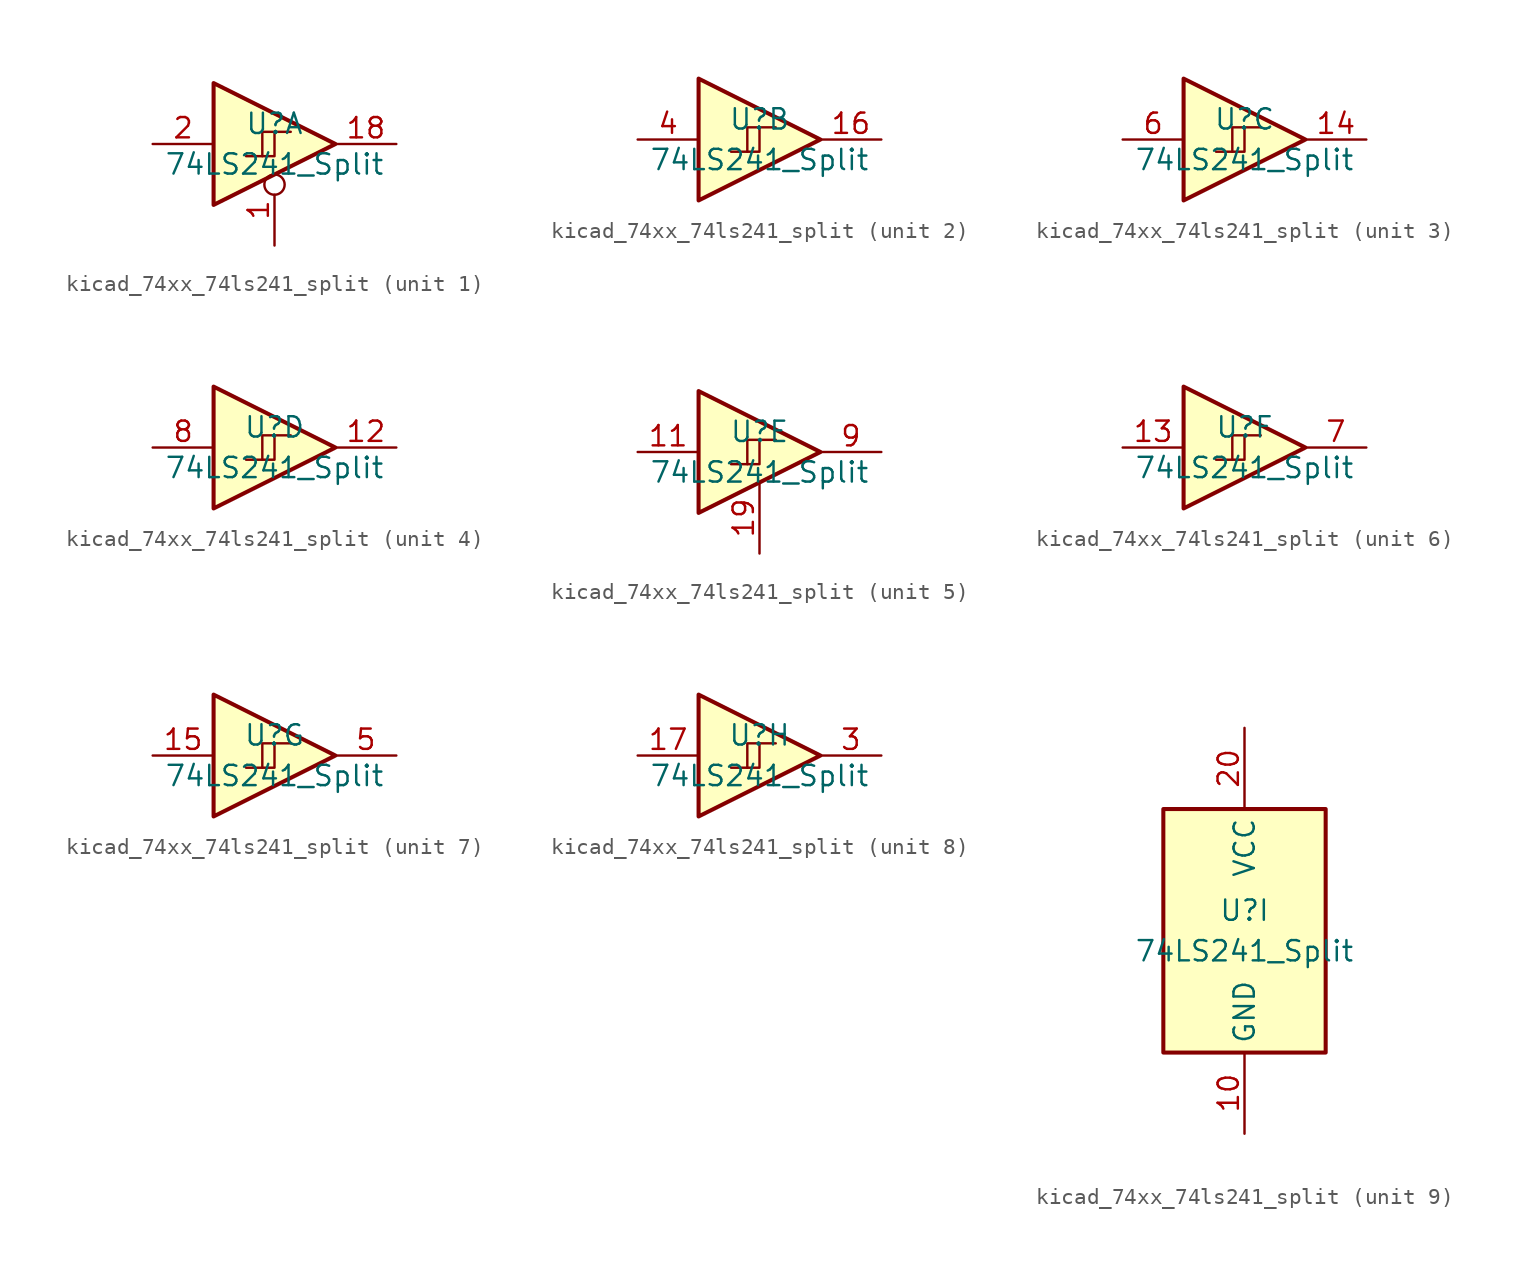
<source format=kicad_sym>
(kicad_symbol_lib
  (version 20220914)
  (generator kicad_symbol_editor)
  (symbol "kicad_74xx_74ls241_split"
    (property "Reference" "U"
      (at 0 1.27 0)
      (effects (font (size 1.27 1.27))))
    (property "Value" "74LS241_Split"
      (at 0 -1.27 0)
      (effects (font (size 1.27 1.27))))
    (property "ki_locked" ""
      (at 0 0 0)
      (effects (font (size 1.27 1.27))))
    (symbol "kicad_74xx_74ls241_split_1_0"
      (polyline (pts (xy -3.81 3.81) (xy -3.81 -3.81) (xy 3.81 0) (xy -3.81 3.81)) (stroke (width 0.254) (type default)) (fill (type background)))
      (pin input inverted (at 0 -6.35 90) (length 4.445) (name "~" (effects (font (size 1.27 1.27)))) (number "1" (effects (font (size 1.27 1.27)))))
      (pin tri_state line (at 7.62 0 180) (length 3.81) (name "~" (effects (font (size 1.27 1.27)))) (number "18" (effects (font (size 1.27 1.27)))))
      (pin input line (at -7.62 0 0) (length 3.81) (name "~" (effects (font (size 1.27 1.27)))) (number "2" (effects (font (size 1.27 1.27))))))
    (symbol "kicad_74xx_74ls241_split_1_1"
      (polyline (pts (xy 0 0.762) (xy 0 -0.762) (xy -1.778 -0.762)) (stroke (width 0) (type default)) (fill (type none)))
      (polyline (pts (xy 1.016 0.762) (xy -0.762 0.762) (xy -0.762 -0.762)) (stroke (width 0) (type default)) (fill (type none))))
    (symbol "kicad_74xx_74ls241_split_2_0"
      (polyline (pts (xy -3.81 3.81) (xy -3.81 -3.81) (xy 3.81 0) (xy -3.81 3.81)) (stroke (width 0.254) (type default)) (fill (type background)))
      (pin tri_state line (at 7.62 0 180) (length 3.81) (name "~" (effects (font (size 1.27 1.27)))) (number "16" (effects (font (size 1.27 1.27)))))
      (pin input line (at -7.62 0 0) (length 3.81) (name "~" (effects (font (size 1.27 1.27)))) (number "4" (effects (font (size 1.27 1.27))))))
    (symbol "kicad_74xx_74ls241_split_2_1"
      (polyline (pts (xy 0 0.762) (xy 0 -0.762) (xy -1.778 -0.762)) (stroke (width 0) (type default)) (fill (type none)))
      (polyline (pts (xy 1.016 0.762) (xy -0.762 0.762) (xy -0.762 -0.762)) (stroke (width 0) (type default)) (fill (type none))))
    (symbol "kicad_74xx_74ls241_split_3_0"
      (polyline (pts (xy -3.81 3.81) (xy -3.81 -3.81) (xy 3.81 0) (xy -3.81 3.81)) (stroke (width 0.254) (type default)) (fill (type background)))
      (pin tri_state line (at 7.62 0 180) (length 3.81) (name "~" (effects (font (size 1.27 1.27)))) (number "14" (effects (font (size 1.27 1.27)))))
      (pin input line (at -7.62 0 0) (length 3.81) (name "~" (effects (font (size 1.27 1.27)))) (number "6" (effects (font (size 1.27 1.27))))))
    (symbol "kicad_74xx_74ls241_split_3_1"
      (polyline (pts (xy 0 0.762) (xy 0 -0.762) (xy -1.778 -0.762)) (stroke (width 0) (type default)) (fill (type none)))
      (polyline (pts (xy 1.016 0.762) (xy -0.762 0.762) (xy -0.762 -0.762)) (stroke (width 0) (type default)) (fill (type none))))
    (symbol "kicad_74xx_74ls241_split_4_0"
      (polyline (pts (xy -3.81 3.81) (xy -3.81 -3.81) (xy 3.81 0) (xy -3.81 3.81)) (stroke (width 0.254) (type default)) (fill (type background)))
      (pin tri_state line (at 7.62 0 180) (length 3.81) (name "~" (effects (font (size 1.27 1.27)))) (number "12" (effects (font (size 1.27 1.27)))))
      (pin input line (at -7.62 0 0) (length 3.81) (name "~" (effects (font (size 1.27 1.27)))) (number "8" (effects (font (size 1.27 1.27))))))
    (symbol "kicad_74xx_74ls241_split_4_1"
      (polyline (pts (xy 0 0.762) (xy 0 -0.762) (xy -1.778 -0.762)) (stroke (width 0) (type default)) (fill (type none)))
      (polyline (pts (xy 1.016 0.762) (xy -0.762 0.762) (xy -0.762 -0.762)) (stroke (width 0) (type default)) (fill (type none))))
    (symbol "kicad_74xx_74ls241_split_5_0"
      (polyline (pts (xy -3.81 3.81) (xy -3.81 -3.81) (xy 3.81 0) (xy -3.81 3.81)) (stroke (width 0.254) (type default)) (fill (type background)))
      (pin input line (at -7.62 0 0) (length 3.81) (name "~" (effects (font (size 1.27 1.27)))) (number "11" (effects (font (size 1.27 1.27)))))
      (pin input line (at 0 -6.35 90) (length 4.445) (name "~" (effects (font (size 1.27 1.27)))) (number "19" (effects (font (size 1.27 1.27)))))
      (pin tri_state line (at 7.62 0 180) (length 3.81) (name "~" (effects (font (size 1.27 1.27)))) (number "9" (effects (font (size 1.27 1.27))))))
    (symbol "kicad_74xx_74ls241_split_5_1"
      (polyline (pts (xy 0 0.762) (xy 0 -0.762) (xy -1.778 -0.762)) (stroke (width 0) (type default)) (fill (type none)))
      (polyline (pts (xy 1.016 0.762) (xy -0.762 0.762) (xy -0.762 -0.762)) (stroke (width 0) (type default)) (fill (type none))))
    (symbol "kicad_74xx_74ls241_split_6_0"
      (polyline (pts (xy -3.81 3.81) (xy -3.81 -3.81) (xy 3.81 0) (xy -3.81 3.81)) (stroke (width 0.254) (type default)) (fill (type background)))
      (pin input line (at -7.62 0 0) (length 3.81) (name "~" (effects (font (size 1.27 1.27)))) (number "13" (effects (font (size 1.27 1.27)))))
      (pin tri_state line (at 7.62 0 180) (length 3.81) (name "~" (effects (font (size 1.27 1.27)))) (number "7" (effects (font (size 1.27 1.27))))))
    (symbol "kicad_74xx_74ls241_split_6_1"
      (polyline (pts (xy 0 0.762) (xy 0 -0.762) (xy -1.778 -0.762)) (stroke (width 0) (type default)) (fill (type none)))
      (polyline (pts (xy 1.016 0.762) (xy -0.762 0.762) (xy -0.762 -0.762)) (stroke (width 0) (type default)) (fill (type none))))
    (symbol "kicad_74xx_74ls241_split_7_0"
      (polyline (pts (xy -3.81 3.81) (xy -3.81 -3.81) (xy 3.81 0) (xy -3.81 3.81)) (stroke (width 0.254) (type default)) (fill (type background)))
      (pin input line (at -7.62 0 0) (length 3.81) (name "~" (effects (font (size 1.27 1.27)))) (number "15" (effects (font (size 1.27 1.27)))))
      (pin tri_state line (at 7.62 0 180) (length 3.81) (name "~" (effects (font (size 1.27 1.27)))) (number "5" (effects (font (size 1.27 1.27))))))
    (symbol "kicad_74xx_74ls241_split_7_1"
      (polyline (pts (xy 0 0.762) (xy 0 -0.762) (xy -1.778 -0.762)) (stroke (width 0) (type default)) (fill (type none)))
      (polyline (pts (xy 1.016 0.762) (xy -0.762 0.762) (xy -0.762 -0.762)) (stroke (width 0) (type default)) (fill (type none))))
    (symbol "kicad_74xx_74ls241_split_8_0"
      (polyline (pts (xy -3.81 3.81) (xy -3.81 -3.81) (xy 3.81 0) (xy -3.81 3.81)) (stroke (width 0.254) (type default)) (fill (type background)))
      (pin input line (at -7.62 0 0) (length 3.81) (name "~" (effects (font (size 1.27 1.27)))) (number "17" (effects (font (size 1.27 1.27)))))
      (pin tri_state line (at 7.62 0 180) (length 3.81) (name "~" (effects (font (size 1.27 1.27)))) (number "3" (effects (font (size 1.27 1.27))))))
    (symbol "kicad_74xx_74ls241_split_8_1"
      (polyline (pts (xy 0 0.762) (xy 0 -0.762) (xy -1.778 -0.762)) (stroke (width 0) (type default)) (fill (type none)))
      (polyline (pts (xy 1.016 0.762) (xy -0.762 0.762) (xy -0.762 -0.762)) (stroke (width 0) (type default)) (fill (type none))))
    (symbol "kicad_74xx_74ls241_split_9_0"
      (pin power_in line (at 0 -12.7 90) (length 5.08) (name "GND" (effects (font (size 1.27 1.27)))) (number "10" (effects (font (size 1.27 1.27)))))
      (pin power_in line (at 0 12.7 270) (length 5.08) (name "VCC" (effects (font (size 1.27 1.27)))) (number "20" (effects (font (size 1.27 1.27))))))
    (symbol "kicad_74xx_74ls241_split_9_1"
      (rectangle (start -5.08 7.62) (end 5.08 -7.62) (stroke (width 0.254) (type default)) (fill (type background))))))
</source>
